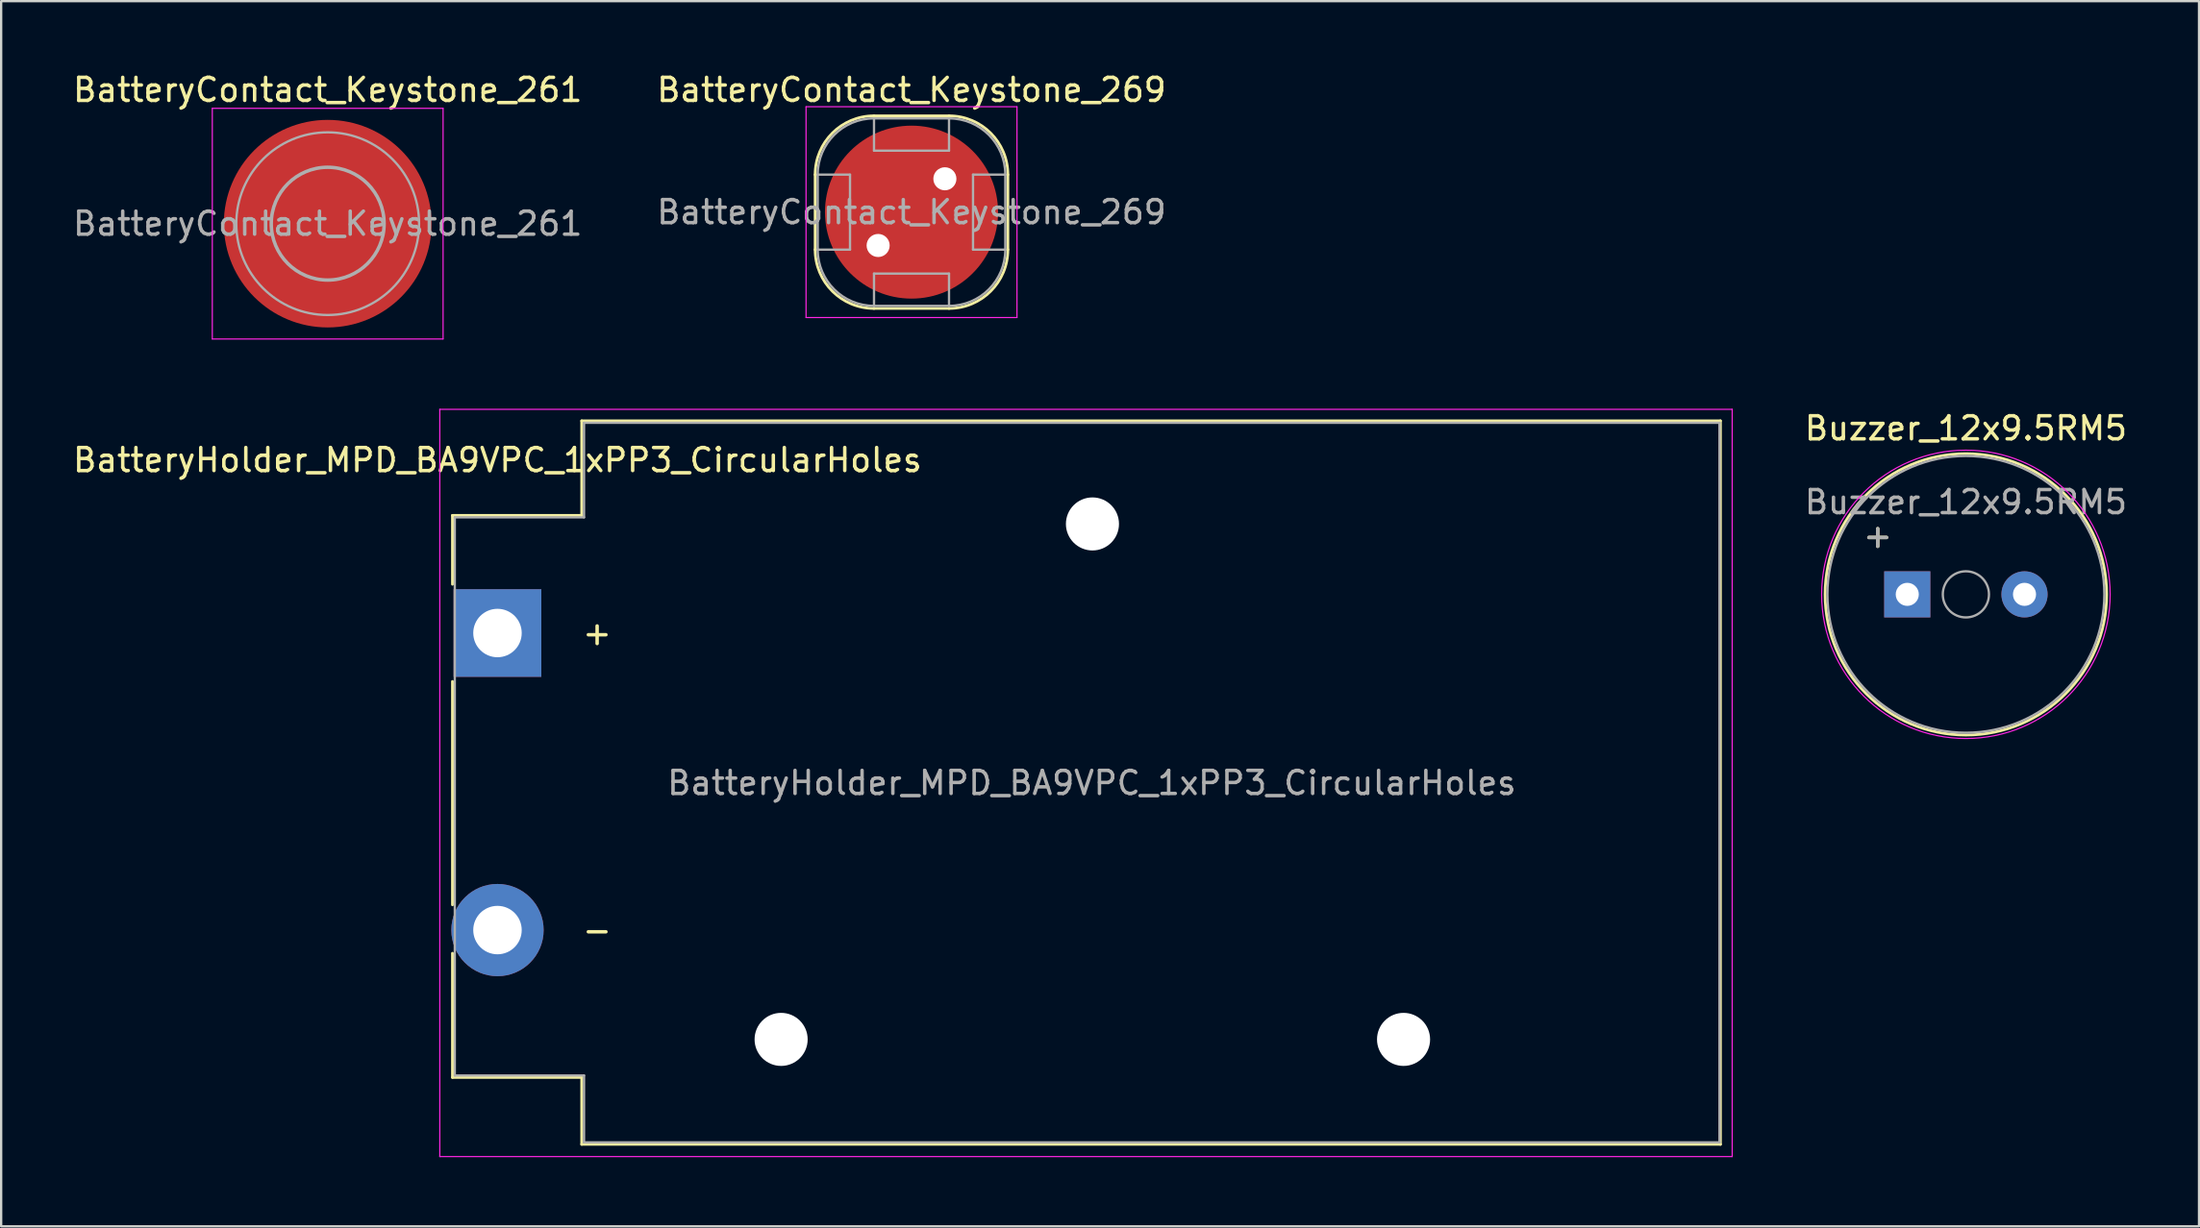
<source format=kicad_pcb>
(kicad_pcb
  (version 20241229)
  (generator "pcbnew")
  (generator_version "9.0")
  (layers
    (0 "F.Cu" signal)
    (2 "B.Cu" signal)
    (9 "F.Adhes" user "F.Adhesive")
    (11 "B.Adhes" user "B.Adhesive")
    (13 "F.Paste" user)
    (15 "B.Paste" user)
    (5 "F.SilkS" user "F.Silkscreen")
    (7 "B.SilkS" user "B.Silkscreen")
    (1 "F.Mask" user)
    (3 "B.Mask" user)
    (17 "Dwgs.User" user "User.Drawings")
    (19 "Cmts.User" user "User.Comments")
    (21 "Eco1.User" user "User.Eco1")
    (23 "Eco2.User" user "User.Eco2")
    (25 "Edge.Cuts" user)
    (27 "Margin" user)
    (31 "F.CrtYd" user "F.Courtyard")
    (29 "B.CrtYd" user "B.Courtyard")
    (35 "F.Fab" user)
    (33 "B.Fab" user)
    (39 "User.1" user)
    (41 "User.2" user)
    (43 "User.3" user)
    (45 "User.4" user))
  (footprint "BatteryHolder_MPD_BA9VPC_1xPP3_CircularHoles"
    (layer "F.Cu")
    (at 18.506 24.398)
    (property "Reference" "BatteryHolder_MPD_BA9VPC_1xPP3_CircularHoles" (at 0 -7.5 0) (layer "F.SilkS") (effects (font (size 1 1) (thickness 0.15))))
    (attr through_hole)
    (fp_line (start -1.95 -2.115) (end -1.95 -5.1) (stroke (width 0.12) (type solid)) (layer "F.SilkS"))
    (fp_line (start -1.95 11.785) (end -1.95 2.1) (stroke (width 0.12) (type solid)) (layer "F.SilkS"))
    (fp_line (start -1.95 19.27) (end -1.95 13.885) (stroke (width 0.12) (type solid)) (layer "F.SilkS"))
    (fp_line (start 3.65 -9.2) (end 52.99 -9.2) (stroke (width 0.12) (type solid)) (layer "F.SilkS"))
    (fp_line (start 3.65 -5.1) (end -1.95 -5.1) (stroke (width 0.12) (type solid)) (layer "F.SilkS"))
    (fp_line (start 3.65 -5.1) (end 3.65 -9.2) (stroke (width 0.12) (type solid)) (layer "F.SilkS"))
    (fp_line (start 3.65 19.27) (end -1.95 19.27) (stroke (width 0.12) (type solid)) (layer "F.SilkS"))
    (fp_line (start 3.65 22.17) (end 3.65 19.27) (stroke (width 0.12) (type solid)) (layer "F.SilkS"))
    (fp_line (start 3.65 22.17) (end 52.99 22.17) (stroke (width 0.12) (type solid)) (layer "F.SilkS"))
    (fp_line (start 52.99 22.17) (end 52.99 -9.2) (stroke (width 0.12) (type solid)) (layer "F.SilkS"))
    (fp_line (start -2.5 -9.7) (end -2.5 22.7) (stroke (width 0.05) (type solid)) (layer "F.CrtYd"))
    (fp_line (start -2.5 -9.7) (end 53.5 -9.7) (stroke (width 0.05) (type solid)) (layer "F.CrtYd"))
    (fp_line (start -2.5 22.7) (end 53.5 22.7) (stroke (width 0.05) (type solid)) (layer "F.CrtYd"))
    (fp_line (start 53.5 22.7) (end 53.5 -9.7) (stroke (width 0.05) (type solid)) (layer "F.CrtYd"))
    (fp_line (start -1.85 19.185) (end -1.85 -5.015) (stroke (width 0.1) (type solid)) (layer "F.Fab"))
    (fp_line (start 3.75 -9.115) (end 52.95 -9.115) (stroke (width 0.1) (type solid)) (layer "F.Fab"))
    (fp_line (start 3.75 -5.015) (end -1.85 -5.015) (stroke (width 0.1) (type solid)) (layer "F.Fab"))
    (fp_line (start 3.75 -5.015) (end 3.75 -9.115) (stroke (width 0.1) (type solid)) (layer "F.Fab"))
    (fp_line (start 3.75 19.185) (end -1.85 19.185) (stroke (width 0.1) (type solid)) (layer "F.Fab"))
    (fp_line (start 3.75 22.085) (end 3.75 19.185) (stroke (width 0.1) (type solid)) (layer "F.Fab"))
    (fp_line (start 3.75 22.085) (end 52.95 22.085) (stroke (width 0.1) (type solid)) (layer "F.Fab"))
    (fp_line (start 52.95 22.085) (end 52.95 -9.115) (stroke (width 0.1) (type solid)) (layer "F.Fab"))
    (fp_text user "+" (at 3.6 0 0) (layer "F.SilkS") (effects (font (size 1 1) (thickness 0.15)) (justify left)))
    (fp_text user "-" (at 3.6 12.88 0) (layer "F.SilkS") (effects (font (size 1 1) (thickness 0.15)) (justify left)))
    (fp_text user "${REFERENCE}" (at 25.75 6.5 0) (layer "F.Fab") (effects (font (size 1 1) (thickness 0.15))))
    (pad "" np_thru_hole circle (at 12.29 17.62) (size 2.3 2.3) (drill 2.3) (layers "*.Cu" "*.Mask"))
    (pad "" np_thru_hole circle (at 25.78 -4.73) (size 2.3 2.3) (drill 2.3) (layers "*.Cu" "*.Mask"))
    (pad "" np_thru_hole circle (at 39.26 17.62) (size 2.3 2.3) (drill 2.3) (layers "*.Cu" "*.Mask"))
    (pad "1" thru_hole rect (at 0 0) (size 3.8 3.8) (drill 2.1) (layers "*.Cu" "*.Mask"))
    (pad "2" thru_hole circle (at 0 12.88) (size 4 4) (drill 2.1) (layers "*.Cu" "*.Mask")))
  (footprint "Buzzer_12x9.5RM5"
    (layer "F.Cu")
    (at 82.132 22.721)
    (property "Reference" "Buzzer_12x9.5RM5" (at 0 -7.2 0) (layer "F.SilkS") (effects (font (size 1 1) (thickness 0.15))))
    (attr through_hole)
    (fp_circle (center 0 0) (end 6.1 0) (stroke (width 0.12) (type solid)) (fill no) (layer "F.SilkS"))
    (fp_circle (center 0 0) (end 6.25 0) (stroke (width 0.05) (type solid)) (fill no) (layer "F.CrtYd"))
    (fp_circle (center 0 0) (end 1 0) (stroke (width 0.1) (type solid)) (fill no) (layer "F.Fab"))
    (fp_circle (center 0 0) (end 6 0) (stroke (width 0.1) (type solid)) (fill no) (layer "F.Fab"))
    (fp_text user "+" (at -3.82 -2.54 0) (layer "F.SilkS") (effects (font (size 1 1) (thickness 0.15))))
    (fp_text user "${REFERENCE}" (at 0 -4 0) (layer "F.Fab") (effects (font (size 1 1) (thickness 0.15))))
    (fp_text user "+" (at -3.82 -2.54 0) (layer "F.Fab") (effects (font (size 1 1) (thickness 0.15))))
    (pad "1" thru_hole rect (at -2.54 0) (size 2 2) (drill 1) (layers "*.Cu" "*.Mask"))
    (pad "2" thru_hole circle (at 2.54 0) (size 2 2) (drill 1) (layers "*.Cu" "*.Mask")))
  (footprint "BatteryContact_Keystone_269"
    (layer "F.Cu")
    (at 36.446 6.148)
    (property "Reference" "BatteryContact_Keystone_269" (at 0 -5.3 0) (layer "F.SilkS") (effects (font (size 1 1) (thickness 0.15))))
    (attr smd)
    (fp_line (start -4.175 -1.625) (end -4.175 1.625) (stroke (width 0.12) (type solid)) (layer "F.SilkS"))
    (fp_line (start -1.625 -4.175) (end 1.625 -4.175) (stroke (width 0.12) (type solid)) (layer "F.SilkS"))
    (fp_line (start -1.625 4.175) (end 1.625 4.175) (stroke (width 0.12) (type solid)) (layer "F.SilkS"))
    (fp_line (start 4.175 -1.625) (end 4.175 1.625) (stroke (width 0.12) (type solid)) (layer "F.SilkS"))
    (fp_arc (start -4.175 -1.625) (mid -3.428122 -3.428122) (end -1.625 -4.175) (stroke (width 0.12) (type solid)) (layer "F.SilkS"))
    (fp_arc (start -1.625 4.175) (mid -3.428122 3.428122) (end -4.175 1.625) (stroke (width 0.12) (type solid)) (layer "F.SilkS"))
    (fp_arc (start 1.625 -4.175) (mid 3.428122 -3.428122) (end 4.175 -1.625) (stroke (width 0.12) (type solid)) (layer "F.SilkS"))
    (fp_arc (start 4.175 1.625) (mid 3.428122 3.428122) (end 1.625 4.175) (stroke (width 0.12) (type solid)) (layer "F.SilkS"))
    (fp_line (start -4.57 -4.57) (end 4.57 -4.57) (stroke (width 0.05) (type solid)) (layer "F.CrtYd"))
    (fp_line (start -4.57 4.57) (end -4.57 -4.57) (stroke (width 0.05) (type solid)) (layer "F.CrtYd"))
    (fp_line (start 4.57 -4.57) (end 4.57 4.57) (stroke (width 0.05) (type solid)) (layer "F.CrtYd"))
    (fp_line (start 4.57 4.57) (end -4.57 4.57) (stroke (width 0.05) (type solid)) (layer "F.CrtYd"))
    (fp_line (start -4.065 -1.625) (end -4.065 1.625) (stroke (width 0.1) (type solid)) (layer "F.Fab"))
    (fp_line (start -2.665 -1.625) (end -4.065 -1.625) (stroke (width 0.1) (type solid)) (layer "F.Fab"))
    (fp_line (start -2.665 -1.625) (end -2.665 1.625) (stroke (width 0.1) (type solid)) (layer "F.Fab"))
    (fp_line (start -2.665 1.625) (end -4.065 1.625) (stroke (width 0.1) (type solid)) (layer "F.Fab"))
    (fp_line (start -1.625 -4.065) (end 1.625 -4.065) (stroke (width 0.1) (type solid)) (layer "F.Fab"))
    (fp_line (start -1.625 -2.665) (end -1.625 -4.065) (stroke (width 0.1) (type solid)) (layer "F.Fab"))
    (fp_line (start -1.625 -2.665) (end 1.625 -2.665) (stroke (width 0.1) (type solid)) (layer "F.Fab"))
    (fp_line (start -1.625 2.665) (end -1.625 4.065) (stroke (width 0.1) (type solid)) (layer "F.Fab"))
    (fp_line (start -1.625 2.665) (end 1.625 2.665) (stroke (width 0.1) (type solid)) (layer "F.Fab"))
    (fp_line (start -1.625 4.065) (end 1.625 4.065) (stroke (width 0.1) (type solid)) (layer "F.Fab"))
    (fp_line (start 1.625 -2.665) (end 1.625 -4.065) (stroke (width 0.1) (type solid)) (layer "F.Fab"))
    (fp_line (start 1.625 2.665) (end 1.625 4.065) (stroke (width 0.1) (type solid)) (layer "F.Fab"))
    (fp_line (start 2.665 -1.625) (end 2.665 1.625) (stroke (width 0.1) (type solid)) (layer "F.Fab"))
    (fp_line (start 2.665 -1.625) (end 4.065 -1.625) (stroke (width 0.1) (type solid)) (layer "F.Fab"))
    (fp_line (start 2.665 1.625) (end 4.065 1.625) (stroke (width 0.1) (type solid)) (layer "F.Fab"))
    (fp_line (start 4.065 -1.625) (end 4.065 1.625) (stroke (width 0.1) (type solid)) (layer "F.Fab"))
    (fp_arc (start -4.065 -1.625) (mid -3.350341 -3.350341) (end -1.625 -4.065) (stroke (width 0.1) (type solid)) (layer "F.Fab"))
    (fp_arc (start -1.625 4.065) (mid -3.350341 3.350341) (end -4.065 1.625) (stroke (width 0.1) (type solid)) (layer "F.Fab"))
    (fp_arc (start 1.625 -4.065) (mid 3.350341 -3.350341) (end 4.065 -1.625) (stroke (width 0.1) (type solid)) (layer "F.Fab"))
    (fp_arc (start 4.065 1.625) (mid 3.350341 3.350341) (end 1.625 4.065) (stroke (width 0.1) (type solid)) (layer "F.Fab"))
    (fp_text user "${REFERENCE}" (at 0 0 0) (layer "F.Fab") (effects (font (size 1 1) (thickness 0.15))))
    (pad "" np_thru_hole circle (at -1.446 1.446 315) (size 1 1) (drill 1) (layers "*.Cu" "*.Mask"))
    (pad "" np_thru_hole circle (at 1.446 -1.446 315) (size 1 1) (drill 1) (layers "*.Cu" "*.Mask"))
    (pad "1" smd circle (at 0 0) (size 7.5 7.5) (layers "F.Cu" "F.Mask" "F.Paste")))
  (footprint "BatteryContact_Keystone_261"
    (layer "F.Cu")
    (at 11.149 6.648)
    (property "Reference" "BatteryContact_Keystone_261" (at 0 -5.8 0) (layer "F.SilkS") (effects (font (size 1 1) (thickness 0.15))))
    (attr smd)
    (fp_line (start -5 -5) (end 5 -5) (stroke (width 0.05) (type solid)) (layer "F.CrtYd"))
    (fp_line (start -5 5) (end -5 -5) (stroke (width 0.05) (type solid)) (layer "F.CrtYd"))
    (fp_line (start 5 -5) (end 5 5) (stroke (width 0.05) (type solid)) (layer "F.CrtYd"))
    (fp_line (start 5 5) (end -5 5) (stroke (width 0.05) (type solid)) (layer "F.CrtYd"))
    (fp_circle (center 0 0) (end 2.445 0) (stroke (width 0.15) (type solid)) (fill no) (layer "F.Fab"))
    (fp_circle (center 0 0) (end 3.96 0) (stroke (width 0.1) (type solid)) (fill no) (layer "F.Fab"))
    (fp_text user "${REFERENCE}" (at 0 0 0) (layer "F.Fab") (effects (font (size 1 1) (thickness 0.15))))
    (pad "1" smd circle (at 0 0) (size 9 9) (layers "F.Cu" "F.Mask" "F.Paste")))
  (gr_rect
    (start -3 -3)
    (end 92.233 50.123)
    (stroke (width 0.1) (type default))
    (fill no)
    (layer "Edge.Cuts")))
</source>
